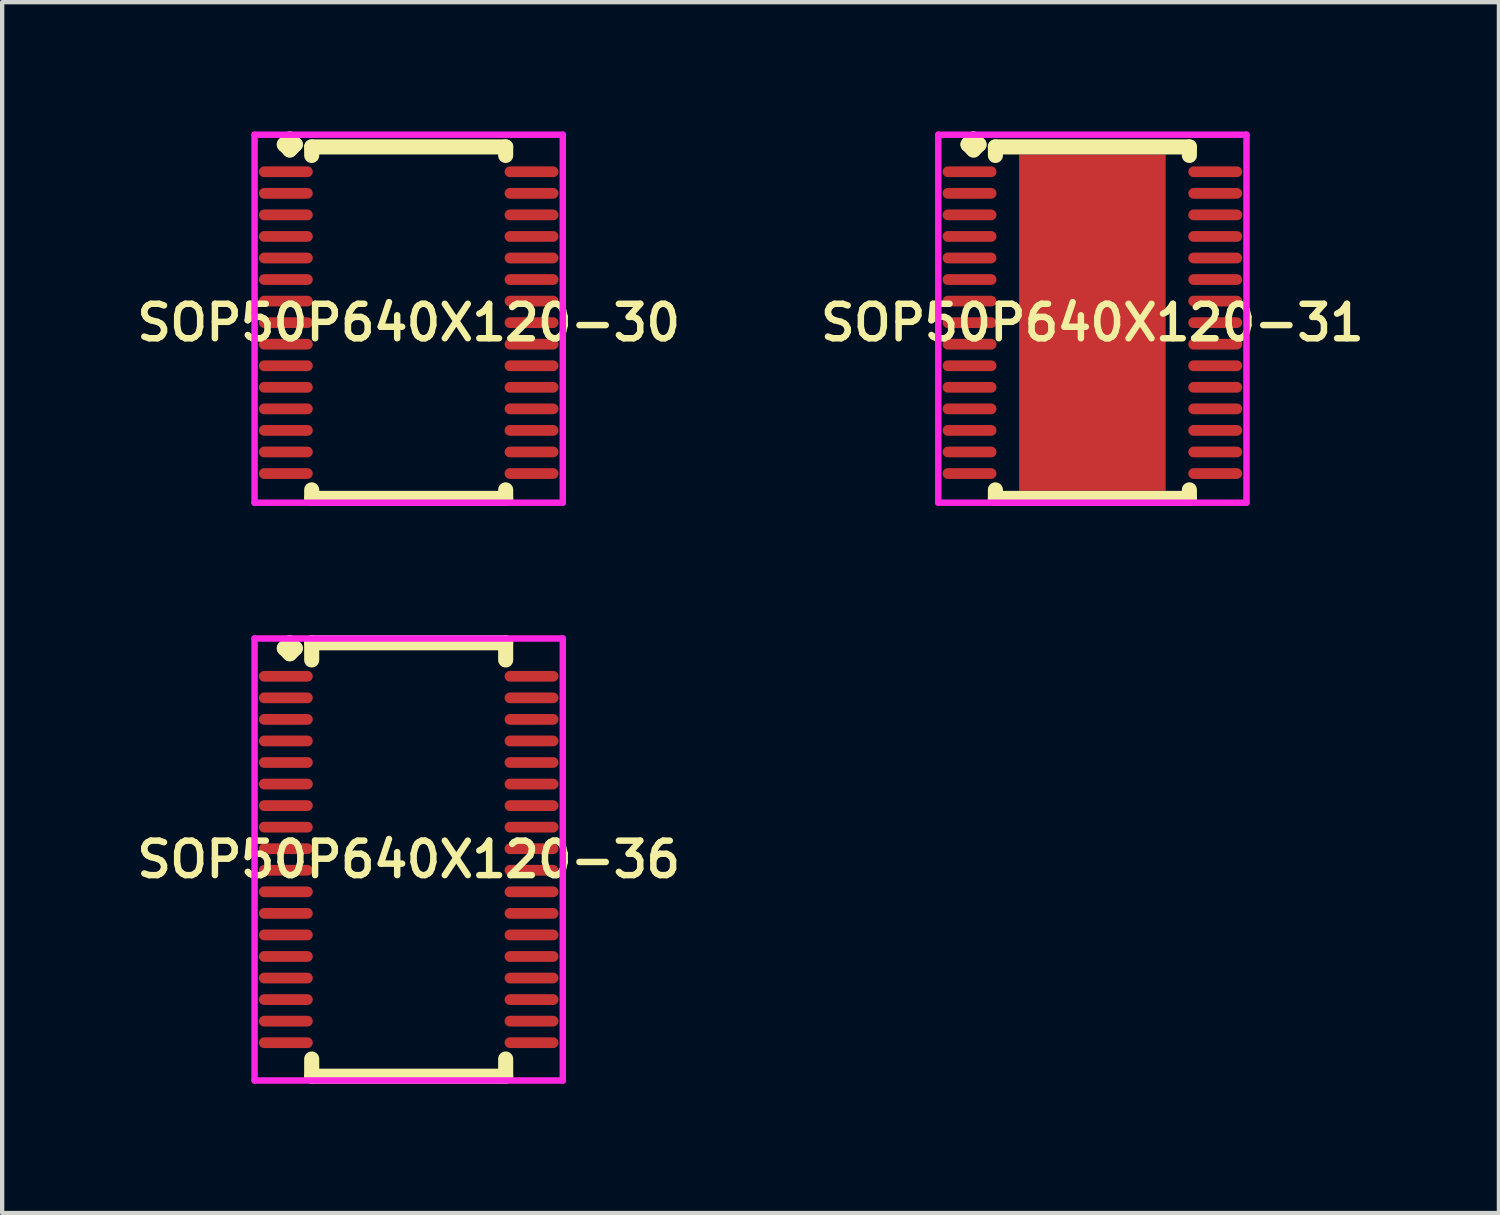
<source format=kicad_pcb>
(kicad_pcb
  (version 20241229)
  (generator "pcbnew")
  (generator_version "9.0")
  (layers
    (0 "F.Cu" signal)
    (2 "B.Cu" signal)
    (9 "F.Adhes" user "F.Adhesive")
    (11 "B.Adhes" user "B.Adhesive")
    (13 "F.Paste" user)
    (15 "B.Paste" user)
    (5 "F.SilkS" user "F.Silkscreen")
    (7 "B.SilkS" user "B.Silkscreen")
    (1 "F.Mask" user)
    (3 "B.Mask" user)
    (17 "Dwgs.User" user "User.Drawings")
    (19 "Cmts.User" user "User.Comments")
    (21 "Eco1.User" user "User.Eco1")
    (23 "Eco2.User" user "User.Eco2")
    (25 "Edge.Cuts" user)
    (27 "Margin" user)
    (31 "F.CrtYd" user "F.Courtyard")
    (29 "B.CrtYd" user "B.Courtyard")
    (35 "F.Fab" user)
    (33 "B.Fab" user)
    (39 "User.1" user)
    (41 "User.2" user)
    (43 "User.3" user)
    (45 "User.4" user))
  (footprint "SOP50P640X120-31"
    (layer "F.Cu")
    (at 22.292 4.435)
    (property "Reference" "SOP50P640X120-31" (at 0 0 0) (layer "F.SilkS") (effects (font (size 0.8 0.8) (thickness 0.15))))
    (attr smd)
    (fp_line (start -2.885 -4.133) (end -2.758 -4.26) (stroke (width 0.35) (type solid)) (layer "F.SilkS"))
    (fp_line (start -2.758 -4.26) (end -2.631 -4.133) (stroke (width 0.35) (type solid)) (layer "F.SilkS"))
    (fp_line (start -2.758 -4.006) (end -2.885 -4.133) (stroke (width 0.35) (type solid)) (layer "F.SilkS"))
    (fp_line (start -2.631 -4.133) (end -2.758 -4.006) (stroke (width 0.35) (type solid)) (layer "F.SilkS"))
    (fp_line (start -2.25 -4.077) (end 2.25 -4.077) (stroke (width 0.35) (type solid)) (layer "F.SilkS"))
    (fp_line (start -2.25 -3.879) (end -2.25 -4.077) (stroke (width 0.35) (type solid)) (layer "F.SilkS"))
    (fp_line (start -2.25 3.879) (end -2.25 4.077) (stroke (width 0.35) (type solid)) (layer "F.SilkS"))
    (fp_line (start -2.25 4.077) (end 2.25 4.077) (stroke (width 0.35) (type solid)) (layer "F.SilkS"))
    (fp_line (start 2.25 -4.077) (end 2.25 -3.879) (stroke (width 0.35) (type solid)) (layer "F.SilkS"))
    (fp_line (start 2.25 4.077) (end 2.25 3.879) (stroke (width 0.35) (type solid)) (layer "F.SilkS"))
    (fp_line (start -3.575 -4.36) (end 3.575 -4.36) (stroke (width 0.15) (type solid)) (layer "F.CrtYd"))
    (fp_line (start -3.575 4.177) (end -3.575 -4.36) (stroke (width 0.15) (type solid)) (layer "F.CrtYd"))
    (fp_line (start 3.575 -4.36) (end 3.575 4.177) (stroke (width 0.15) (type solid)) (layer "F.CrtYd"))
    (fp_line (start 3.575 4.177) (end -3.575 4.177) (stroke (width 0.15) (type solid)) (layer "F.CrtYd"))
    (pad "1" smd oval (at -2.85 -3.5) (size 1.25 0.25) (layers "F.Cu" "F.Mask" "F.Paste"))
    (pad "2" smd oval (at -2.85 -3) (size 1.25 0.25) (layers "F.Cu" "F.Mask" "F.Paste"))
    (pad "3" smd oval (at -2.85 -2.5) (size 1.25 0.25) (layers "F.Cu" "F.Mask" "F.Paste"))
    (pad "4" smd oval (at -2.85 -2) (size 1.25 0.25) (layers "F.Cu" "F.Mask" "F.Paste"))
    (pad "5" smd oval (at -2.85 -1.5) (size 1.25 0.25) (layers "F.Cu" "F.Mask" "F.Paste"))
    (pad "6" smd oval (at -2.85 -1) (size 1.25 0.25) (layers "F.Cu" "F.Mask" "F.Paste"))
    (pad "7" smd oval (at -2.85 -0.5) (size 1.25 0.25) (layers "F.Cu" "F.Mask" "F.Paste"))
    (pad "8" smd oval (at -2.85 0) (size 1.25 0.25) (layers "F.Cu" "F.Mask" "F.Paste"))
    (pad "9" smd oval (at -2.85 0.5) (size 1.25 0.25) (layers "F.Cu" "F.Mask" "F.Paste"))
    (pad "10" smd oval (at -2.85 1) (size 1.25 0.25) (layers "F.Cu" "F.Mask" "F.Paste"))
    (pad "11" smd oval (at -2.85 1.5) (size 1.25 0.25) (layers "F.Cu" "F.Mask" "F.Paste"))
    (pad "12" smd oval (at -2.85 2) (size 1.25 0.25) (layers "F.Cu" "F.Mask" "F.Paste"))
    (pad "13" smd oval (at -2.85 2.5) (size 1.25 0.25) (layers "F.Cu" "F.Mask" "F.Paste"))
    (pad "14" smd oval (at -2.85 3) (size 1.25 0.25) (layers "F.Cu" "F.Mask" "F.Paste"))
    (pad "15" smd oval (at -2.85 3.5) (size 1.25 0.25) (layers "F.Cu" "F.Mask" "F.Paste"))
    (pad "16" smd oval (at 2.85 3.5) (size 1.25 0.25) (layers "F.Cu" "F.Mask" "F.Paste"))
    (pad "17" smd oval (at 2.85 3) (size 1.25 0.25) (layers "F.Cu" "F.Mask" "F.Paste"))
    (pad "18" smd oval (at 2.85 2.5) (size 1.25 0.25) (layers "F.Cu" "F.Mask" "F.Paste"))
    (pad "19" smd oval (at 2.85 2) (size 1.25 0.25) (layers "F.Cu" "F.Mask" "F.Paste"))
    (pad "20" smd oval (at 2.85 1.5) (size 1.25 0.25) (layers "F.Cu" "F.Mask" "F.Paste"))
    (pad "21" smd oval (at 2.85 1) (size 1.25 0.25) (layers "F.Cu" "F.Mask" "F.Paste"))
    (pad "22" smd oval (at 2.85 0.5) (size 1.25 0.25) (layers "F.Cu" "F.Mask" "F.Paste"))
    (pad "23" smd oval (at 2.85 0) (size 1.25 0.25) (layers "F.Cu" "F.Mask" "F.Paste"))
    (pad "24" smd oval (at 2.85 -0.5) (size 1.25 0.25) (layers "F.Cu" "F.Mask" "F.Paste"))
    (pad "25" smd oval (at 2.85 -1) (size 1.25 0.25) (layers "F.Cu" "F.Mask" "F.Paste"))
    (pad "26" smd oval (at 2.85 -1.5) (size 1.25 0.25) (layers "F.Cu" "F.Mask" "F.Paste"))
    (pad "27" smd oval (at 2.85 -2) (size 1.25 0.25) (layers "F.Cu" "F.Mask" "F.Paste"))
    (pad "28" smd oval (at 2.85 -2.5) (size 1.25 0.25) (layers "F.Cu" "F.Mask" "F.Paste"))
    (pad "29" smd oval (at 2.85 -3) (size 1.25 0.25) (layers "F.Cu" "F.Mask" "F.Paste"))
    (pad "30" smd oval (at 2.85 -3.5) (size 1.25 0.25) (layers "F.Cu" "F.Mask" "F.Paste"))
    (pad "31" smd rect (at 0 0) (size 3.4 7.8) (layers "F.Cu" "F.Mask" "F.Paste")))
  (footprint "SOP50P640X120-30"
    (layer "F.Cu")
    (at 6.431 4.435)
    (property "Reference" "SOP50P640X120-30" (at 0 0 0) (layer "F.SilkS") (effects (font (size 0.8 0.8) (thickness 0.15))))
    (attr smd)
    (fp_line (start -2.885 -4.133) (end -2.758 -4.26) (stroke (width 0.35) (type solid)) (layer "F.SilkS"))
    (fp_line (start -2.758 -4.26) (end -2.631 -4.133) (stroke (width 0.35) (type solid)) (layer "F.SilkS"))
    (fp_line (start -2.758 -4.006) (end -2.885 -4.133) (stroke (width 0.35) (type solid)) (layer "F.SilkS"))
    (fp_line (start -2.631 -4.133) (end -2.758 -4.006) (stroke (width 0.35) (type solid)) (layer "F.SilkS"))
    (fp_line (start -2.25 -4.077) (end 2.25 -4.077) (stroke (width 0.35) (type solid)) (layer "F.SilkS"))
    (fp_line (start -2.25 -3.879) (end -2.25 -4.077) (stroke (width 0.35) (type solid)) (layer "F.SilkS"))
    (fp_line (start -2.25 3.879) (end -2.25 4.077) (stroke (width 0.35) (type solid)) (layer "F.SilkS"))
    (fp_line (start -2.25 4.077) (end 2.25 4.077) (stroke (width 0.35) (type solid)) (layer "F.SilkS"))
    (fp_line (start 2.25 -4.077) (end 2.25 -3.879) (stroke (width 0.35) (type solid)) (layer "F.SilkS"))
    (fp_line (start 2.25 4.077) (end 2.25 3.879) (stroke (width 0.35) (type solid)) (layer "F.SilkS"))
    (fp_line (start -3.575 -4.36) (end 3.575 -4.36) (stroke (width 0.15) (type solid)) (layer "F.CrtYd"))
    (fp_line (start -3.575 4.177) (end -3.575 -4.36) (stroke (width 0.15) (type solid)) (layer "F.CrtYd"))
    (fp_line (start 3.575 -4.36) (end 3.575 4.177) (stroke (width 0.15) (type solid)) (layer "F.CrtYd"))
    (fp_line (start 3.575 4.177) (end -3.575 4.177) (stroke (width 0.15) (type solid)) (layer "F.CrtYd"))
    (pad "1" smd oval (at -2.85 -3.5) (size 1.25 0.25) (layers "F.Cu" "F.Mask" "F.Paste"))
    (pad "2" smd oval (at -2.85 -3) (size 1.25 0.25) (layers "F.Cu" "F.Mask" "F.Paste"))
    (pad "3" smd oval (at -2.85 -2.5) (size 1.25 0.25) (layers "F.Cu" "F.Mask" "F.Paste"))
    (pad "4" smd oval (at -2.85 -2) (size 1.25 0.25) (layers "F.Cu" "F.Mask" "F.Paste"))
    (pad "5" smd oval (at -2.85 -1.5) (size 1.25 0.25) (layers "F.Cu" "F.Mask" "F.Paste"))
    (pad "6" smd oval (at -2.85 -1) (size 1.25 0.25) (layers "F.Cu" "F.Mask" "F.Paste"))
    (pad "7" smd oval (at -2.85 -0.5) (size 1.25 0.25) (layers "F.Cu" "F.Mask" "F.Paste"))
    (pad "8" smd oval (at -2.85 0) (size 1.25 0.25) (layers "F.Cu" "F.Mask" "F.Paste"))
    (pad "9" smd oval (at -2.85 0.5) (size 1.25 0.25) (layers "F.Cu" "F.Mask" "F.Paste"))
    (pad "10" smd oval (at -2.85 1) (size 1.25 0.25) (layers "F.Cu" "F.Mask" "F.Paste"))
    (pad "11" smd oval (at -2.85 1.5) (size 1.25 0.25) (layers "F.Cu" "F.Mask" "F.Paste"))
    (pad "12" smd oval (at -2.85 2) (size 1.25 0.25) (layers "F.Cu" "F.Mask" "F.Paste"))
    (pad "13" smd oval (at -2.85 2.5) (size 1.25 0.25) (layers "F.Cu" "F.Mask" "F.Paste"))
    (pad "14" smd oval (at -2.85 3) (size 1.25 0.25) (layers "F.Cu" "F.Mask" "F.Paste"))
    (pad "15" smd oval (at -2.85 3.5) (size 1.25 0.25) (layers "F.Cu" "F.Mask" "F.Paste"))
    (pad "16" smd oval (at 2.85 3.5) (size 1.25 0.25) (layers "F.Cu" "F.Mask" "F.Paste"))
    (pad "17" smd oval (at 2.85 3) (size 1.25 0.25) (layers "F.Cu" "F.Mask" "F.Paste"))
    (pad "18" smd oval (at 2.85 2.5) (size 1.25 0.25) (layers "F.Cu" "F.Mask" "F.Paste"))
    (pad "19" smd oval (at 2.85 2) (size 1.25 0.25) (layers "F.Cu" "F.Mask" "F.Paste"))
    (pad "20" smd oval (at 2.85 1.5) (size 1.25 0.25) (layers "F.Cu" "F.Mask" "F.Paste"))
    (pad "21" smd oval (at 2.85 1) (size 1.25 0.25) (layers "F.Cu" "F.Mask" "F.Paste"))
    (pad "22" smd oval (at 2.85 0.5) (size 1.25 0.25) (layers "F.Cu" "F.Mask" "F.Paste"))
    (pad "23" smd oval (at 2.85 0) (size 1.25 0.25) (layers "F.Cu" "F.Mask" "F.Paste"))
    (pad "24" smd oval (at 2.85 -0.5) (size 1.25 0.25) (layers "F.Cu" "F.Mask" "F.Paste"))
    (pad "25" smd oval (at 2.85 -1) (size 1.25 0.25) (layers "F.Cu" "F.Mask" "F.Paste"))
    (pad "26" smd oval (at 2.85 -1.5) (size 1.25 0.25) (layers "F.Cu" "F.Mask" "F.Paste"))
    (pad "27" smd oval (at 2.85 -2) (size 1.25 0.25) (layers "F.Cu" "F.Mask" "F.Paste"))
    (pad "28" smd oval (at 2.85 -2.5) (size 1.25 0.25) (layers "F.Cu" "F.Mask" "F.Paste"))
    (pad "29" smd oval (at 2.85 -3) (size 1.25 0.25) (layers "F.Cu" "F.Mask" "F.Paste"))
    (pad "30" smd oval (at 2.85 -3.5) (size 1.25 0.25) (layers "F.Cu" "F.Mask" "F.Paste")))
  (footprint "SOP50P640X120-36"
    (layer "F.Cu")
    (at 6.431 16.889)
    (property "Reference" "SOP50P640X120-36" (at 0 0 0) (layer "F.SilkS") (effects (font (size 0.8 0.8) (thickness 0.15))))
    (attr smd)
    (fp_line (start -2.885 -4.9) (end -2.758 -5.027) (stroke (width 0.35) (type solid)) (layer "F.SilkS"))
    (fp_line (start -2.758 -5.027) (end -2.631 -4.9) (stroke (width 0.35) (type solid)) (layer "F.SilkS"))
    (fp_line (start -2.758 -4.773) (end -2.885 -4.9) (stroke (width 0.35) (type solid)) (layer "F.SilkS"))
    (fp_line (start -2.631 -4.9) (end -2.758 -4.773) (stroke (width 0.35) (type solid)) (layer "F.SilkS"))
    (fp_line (start -2.25 -5.027) (end 2.25 -5.027) (stroke (width 0.35) (type solid)) (layer "F.SilkS"))
    (fp_line (start -2.25 -4.629) (end -2.25 -5.027) (stroke (width 0.35) (type solid)) (layer "F.SilkS"))
    (fp_line (start -2.25 4.629) (end -2.25 5.027) (stroke (width 0.35) (type solid)) (layer "F.SilkS"))
    (fp_line (start -2.25 5.027) (end 2.25 5.027) (stroke (width 0.35) (type solid)) (layer "F.SilkS"))
    (fp_line (start 2.25 -5.027) (end 2.25 -4.629) (stroke (width 0.35) (type solid)) (layer "F.SilkS"))
    (fp_line (start 2.25 5.027) (end 2.25 4.629) (stroke (width 0.35) (type solid)) (layer "F.SilkS"))
    (fp_line (start -3.575 -5.127) (end 3.575 -5.127) (stroke (width 0.15) (type solid)) (layer "F.CrtYd"))
    (fp_line (start -3.575 5.127) (end -3.575 -5.127) (stroke (width 0.15) (type solid)) (layer "F.CrtYd"))
    (fp_line (start 3.575 -5.127) (end 3.575 5.127) (stroke (width 0.15) (type solid)) (layer "F.CrtYd"))
    (fp_line (start 3.575 5.127) (end -3.575 5.127) (stroke (width 0.15) (type solid)) (layer "F.CrtYd"))
    (pad "1" smd oval (at -2.85 -4.25) (size 1.25 0.25) (layers "F.Cu" "F.Mask" "F.Paste"))
    (pad "2" smd oval (at -2.85 -3.75) (size 1.25 0.25) (layers "F.Cu" "F.Mask" "F.Paste"))
    (pad "3" smd oval (at -2.85 -3.25) (size 1.25 0.25) (layers "F.Cu" "F.Mask" "F.Paste"))
    (pad "4" smd oval (at -2.85 -2.75) (size 1.25 0.25) (layers "F.Cu" "F.Mask" "F.Paste"))
    (pad "5" smd oval (at -2.85 -2.25) (size 1.25 0.25) (layers "F.Cu" "F.Mask" "F.Paste"))
    (pad "6" smd oval (at -2.85 -1.75) (size 1.25 0.25) (layers "F.Cu" "F.Mask" "F.Paste"))
    (pad "7" smd oval (at -2.85 -1.25) (size 1.25 0.25) (layers "F.Cu" "F.Mask" "F.Paste"))
    (pad "8" smd oval (at -2.85 -0.75) (size 1.25 0.25) (layers "F.Cu" "F.Mask" "F.Paste"))
    (pad "9" smd oval (at -2.85 -0.25) (size 1.25 0.25) (layers "F.Cu" "F.Mask" "F.Paste"))
    (pad "10" smd oval (at -2.85 0.25) (size 1.25 0.25) (layers "F.Cu" "F.Mask" "F.Paste"))
    (pad "11" smd oval (at -2.85 0.75) (size 1.25 0.25) (layers "F.Cu" "F.Mask" "F.Paste"))
    (pad "12" smd oval (at -2.85 1.25) (size 1.25 0.25) (layers "F.Cu" "F.Mask" "F.Paste"))
    (pad "13" smd oval (at -2.85 1.75) (size 1.25 0.25) (layers "F.Cu" "F.Mask" "F.Paste"))
    (pad "14" smd oval (at -2.85 2.25) (size 1.25 0.25) (layers "F.Cu" "F.Mask" "F.Paste"))
    (pad "15" smd oval (at -2.85 2.75) (size 1.25 0.25) (layers "F.Cu" "F.Mask" "F.Paste"))
    (pad "16" smd oval (at -2.85 3.25) (size 1.25 0.25) (layers "F.Cu" "F.Mask" "F.Paste"))
    (pad "17" smd oval (at -2.85 3.75) (size 1.25 0.25) (layers "F.Cu" "F.Mask" "F.Paste"))
    (pad "18" smd oval (at -2.85 4.25) (size 1.25 0.25) (layers "F.Cu" "F.Mask" "F.Paste"))
    (pad "19" smd oval (at 2.85 4.25) (size 1.25 0.25) (layers "F.Cu" "F.Mask" "F.Paste"))
    (pad "20" smd oval (at 2.85 3.75) (size 1.25 0.25) (layers "F.Cu" "F.Mask" "F.Paste"))
    (pad "21" smd oval (at 2.85 3.25) (size 1.25 0.25) (layers "F.Cu" "F.Mask" "F.Paste"))
    (pad "22" smd oval (at 2.85 2.75) (size 1.25 0.25) (layers "F.Cu" "F.Mask" "F.Paste"))
    (pad "23" smd oval (at 2.85 2.25) (size 1.25 0.25) (layers "F.Cu" "F.Mask" "F.Paste"))
    (pad "24" smd oval (at 2.85 1.75) (size 1.25 0.25) (layers "F.Cu" "F.Mask" "F.Paste"))
    (pad "25" smd oval (at 2.85 1.25) (size 1.25 0.25) (layers "F.Cu" "F.Mask" "F.Paste"))
    (pad "26" smd oval (at 2.85 0.75) (size 1.25 0.25) (layers "F.Cu" "F.Mask" "F.Paste"))
    (pad "27" smd oval (at 2.85 0.25) (size 1.25 0.25) (layers "F.Cu" "F.Mask" "F.Paste"))
    (pad "28" smd oval (at 2.85 -0.25) (size 1.25 0.25) (layers "F.Cu" "F.Mask" "F.Paste"))
    (pad "29" smd oval (at 2.85 -0.75) (size 1.25 0.25) (layers "F.Cu" "F.Mask" "F.Paste"))
    (pad "30" smd oval (at 2.85 -1.25) (size 1.25 0.25) (layers "F.Cu" "F.Mask" "F.Paste"))
    (pad "31" smd oval (at 2.85 -1.75) (size 1.25 0.25) (layers "F.Cu" "F.Mask" "F.Paste"))
    (pad "32" smd oval (at 2.85 -2.25) (size 1.25 0.25) (layers "F.Cu" "F.Mask" "F.Paste"))
    (pad "33" smd oval (at 2.85 -2.75) (size 1.25 0.25) (layers "F.Cu" "F.Mask" "F.Paste"))
    (pad "34" smd oval (at 2.85 -3.25) (size 1.25 0.25) (layers "F.Cu" "F.Mask" "F.Paste"))
    (pad "35" smd oval (at 2.85 -3.75) (size 1.25 0.25) (layers "F.Cu" "F.Mask" "F.Paste"))
    (pad "36" smd oval (at 2.85 -4.25) (size 1.25 0.25) (layers "F.Cu" "F.Mask" "F.Paste")))
  (gr_rect
    (start -3 -3)
    (end 31.723 25.091)
    (stroke (width 0.1) (type default))
    (fill no)
    (layer "Edge.Cuts")))
</source>
